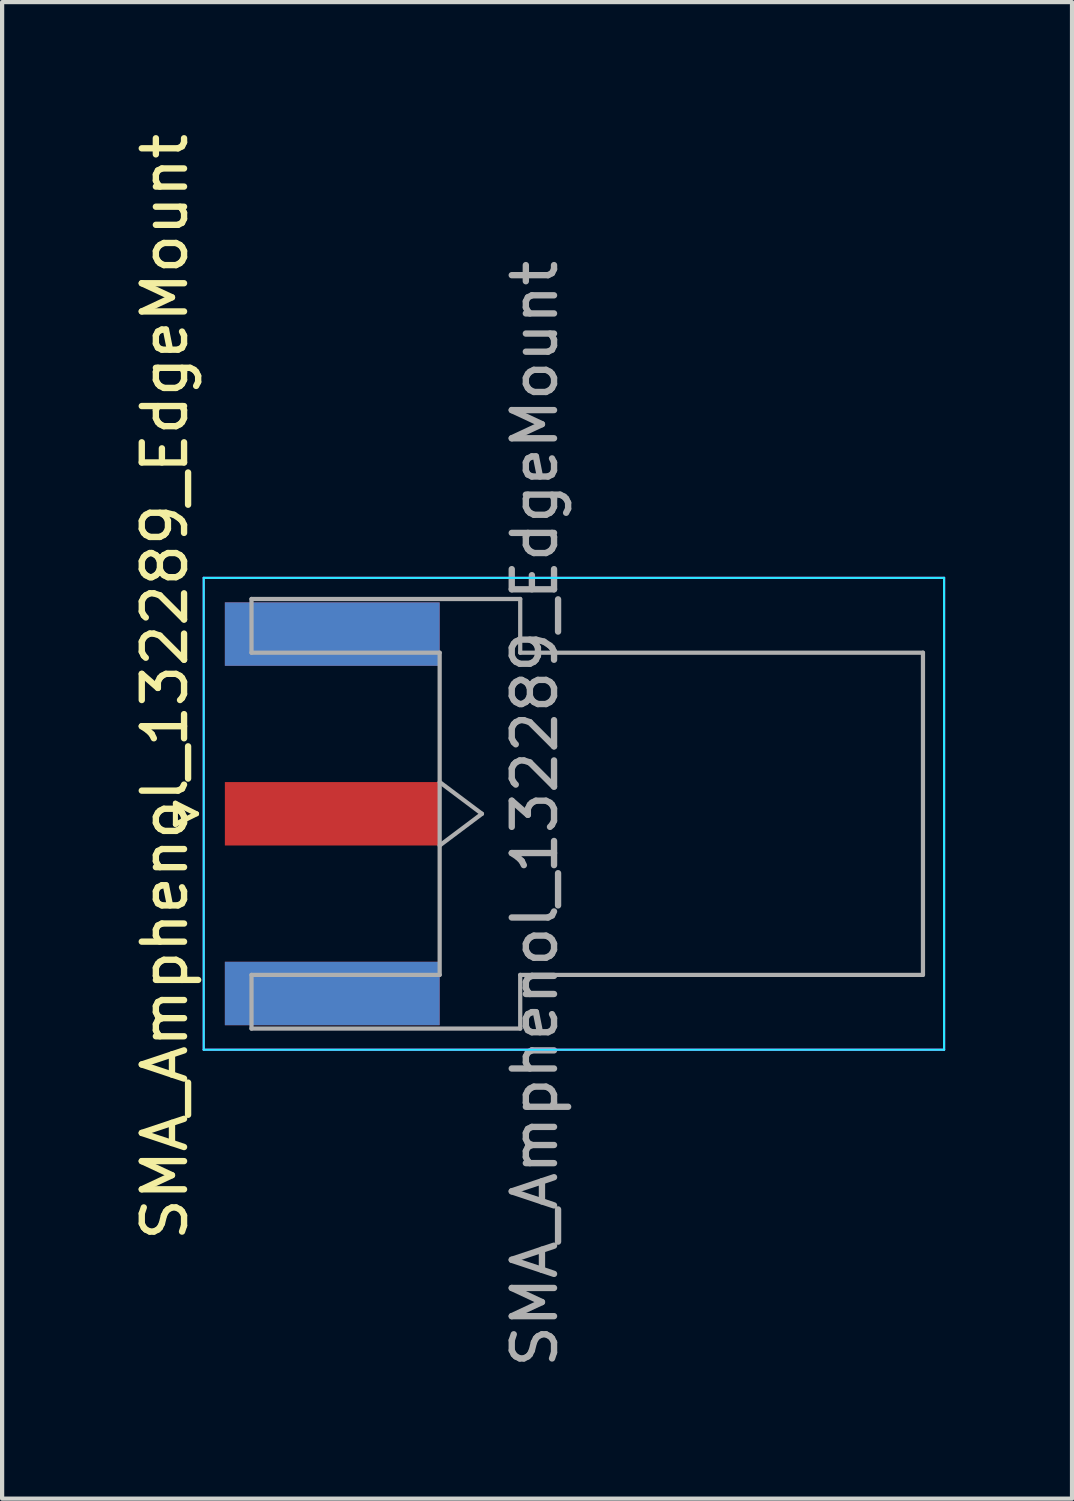
<source format=kicad_pcb>
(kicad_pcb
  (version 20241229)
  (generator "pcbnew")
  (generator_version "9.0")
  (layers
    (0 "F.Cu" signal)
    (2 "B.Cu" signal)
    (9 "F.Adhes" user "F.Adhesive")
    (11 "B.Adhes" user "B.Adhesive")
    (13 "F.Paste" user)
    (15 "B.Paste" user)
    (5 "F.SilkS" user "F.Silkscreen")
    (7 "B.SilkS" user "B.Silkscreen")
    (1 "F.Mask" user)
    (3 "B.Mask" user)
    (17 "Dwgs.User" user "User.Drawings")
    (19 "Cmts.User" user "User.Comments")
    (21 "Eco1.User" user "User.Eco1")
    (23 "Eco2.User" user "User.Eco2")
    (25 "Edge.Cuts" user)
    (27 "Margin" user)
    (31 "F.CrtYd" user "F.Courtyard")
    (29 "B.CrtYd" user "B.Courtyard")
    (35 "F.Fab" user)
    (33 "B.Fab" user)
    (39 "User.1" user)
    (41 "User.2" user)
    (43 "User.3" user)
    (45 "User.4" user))
  (footprint "SMA_Amphenol_132289_EdgeMount"
    (layer "F.Cu")
    (at 4.808 16.196)
    (property "Reference" "SMA_Amphenol_132289_EdgeMount" (at -3.96 -3 90) (layer "F.SilkS") (effects (font (size 1 1) (thickness 0.15))))
    (attr smd)
    (fp_line (start -3.71 -0.25) (end -3.71 0.25) (stroke (width 0.12) (type solid)) (layer "F.SilkS"))
    (fp_line (start -3.71 0.25) (end -3.21 0) (stroke (width 0.12) (type solid)) (layer "F.SilkS"))
    (fp_line (start -3.21 0) (end -3.71 -0.25) (stroke (width 0.12) (type solid)) (layer "F.SilkS"))
    (fp_line (start -3.04 5.58) (end -3.04 -5.58) (stroke (width 0.05) (type solid)) (layer "B.CrtYd"))
    (fp_line (start 14.47 -5.58) (end -3.04 -5.58) (stroke (width 0.05) (type solid)) (layer "B.CrtYd"))
    (fp_line (start 14.47 -5.58) (end 14.47 5.58) (stroke (width 0.05) (type solid)) (layer "B.CrtYd"))
    (fp_line (start 14.47 5.58) (end -3.04 5.58) (stroke (width 0.05) (type solid)) (layer "B.CrtYd"))
    (fp_line (start -3.04 5.58) (end -3.04 -5.58) (stroke (width 0.05) (type solid)) (layer "F.CrtYd"))
    (fp_line (start 14.47 -5.58) (end -3.04 -5.58) (stroke (width 0.05) (type solid)) (layer "F.CrtYd"))
    (fp_line (start 14.47 -5.58) (end 14.47 5.58) (stroke (width 0.05) (type solid)) (layer "F.CrtYd"))
    (fp_line (start 14.47 5.58) (end -3.04 5.58) (stroke (width 0.05) (type solid)) (layer "F.CrtYd"))
    (fp_line (start -1.91 -5.08) (end -1.91 -3.81) (stroke (width 0.1) (type solid)) (layer "F.Fab"))
    (fp_line (start -1.91 -5.08) (end 4.445 -5.08) (stroke (width 0.1) (type solid)) (layer "F.Fab"))
    (fp_line (start -1.91 -3.81) (end 2.54 -3.81) (stroke (width 0.1) (type solid)) (layer "F.Fab"))
    (fp_line (start -1.91 3.81) (end -1.91 5.08) (stroke (width 0.1) (type solid)) (layer "F.Fab"))
    (fp_line (start -1.91 5.08) (end 4.445 5.08) (stroke (width 0.1) (type solid)) (layer "F.Fab"))
    (fp_line (start 2.54 -3.81) (end 2.54 3.81) (stroke (width 0.1) (type solid)) (layer "F.Fab"))
    (fp_line (start 2.54 -0.75) (end 3.54 0) (stroke (width 0.1) (type solid)) (layer "F.Fab"))
    (fp_line (start 2.54 3.81) (end -1.91 3.81) (stroke (width 0.1) (type solid)) (layer "F.Fab"))
    (fp_line (start 3.54 0) (end 2.54 0.75) (stroke (width 0.1) (type solid)) (layer "F.Fab"))
    (fp_line (start 4.445 -3.81) (end 4.445 -5.08) (stroke (width 0.1) (type solid)) (layer "F.Fab"))
    (fp_line (start 4.445 -3.81) (end 13.97 -3.81) (stroke (width 0.1) (type solid)) (layer "F.Fab"))
    (fp_line (start 4.445 5.08) (end 4.445 3.81) (stroke (width 0.1) (type solid)) (layer "F.Fab"))
    (fp_line (start 13.97 -3.81) (end 13.97 3.81) (stroke (width 0.1) (type solid)) (layer "F.Fab"))
    (fp_line (start 13.97 3.81) (end 4.445 3.81) (stroke (width 0.1) (type solid)) (layer "F.Fab"))
    (fp_text user "${REFERENCE}" (at 4.79 0 270) (layer "F.Fab") (effects (font (size 1 1) (thickness 0.15))))
    (pad "1" smd rect (at 0 0 90) (size 1.5 5.08) (layers "F.Cu" "F.Mask" "F.Paste"))
    (pad "2" smd rect (at 0 -4.25 90) (size 1.5 5.08) (layers "F.Cu" "F.Mask" "F.Paste"))
    (pad "2" smd rect (at 0 -4.25 90) (size 1.5 5.08) (layers "B.Cu" "B.Mask" "B.Paste"))
    (pad "2" smd rect (at 0 4.25 90) (size 1.5 5.08) (layers "F.Cu" "F.Mask" "F.Paste"))
    (pad "2" smd rect (at 0 4.25 90) (size 1.5 5.08) (layers "B.Cu" "B.Mask" "B.Paste")))
  (gr_rect
    (start -3 -3)
    (end 22.303 32.393)
    (stroke (width 0.1) (type default))
    (fill no)
    (layer "Edge.Cuts")))
</source>
